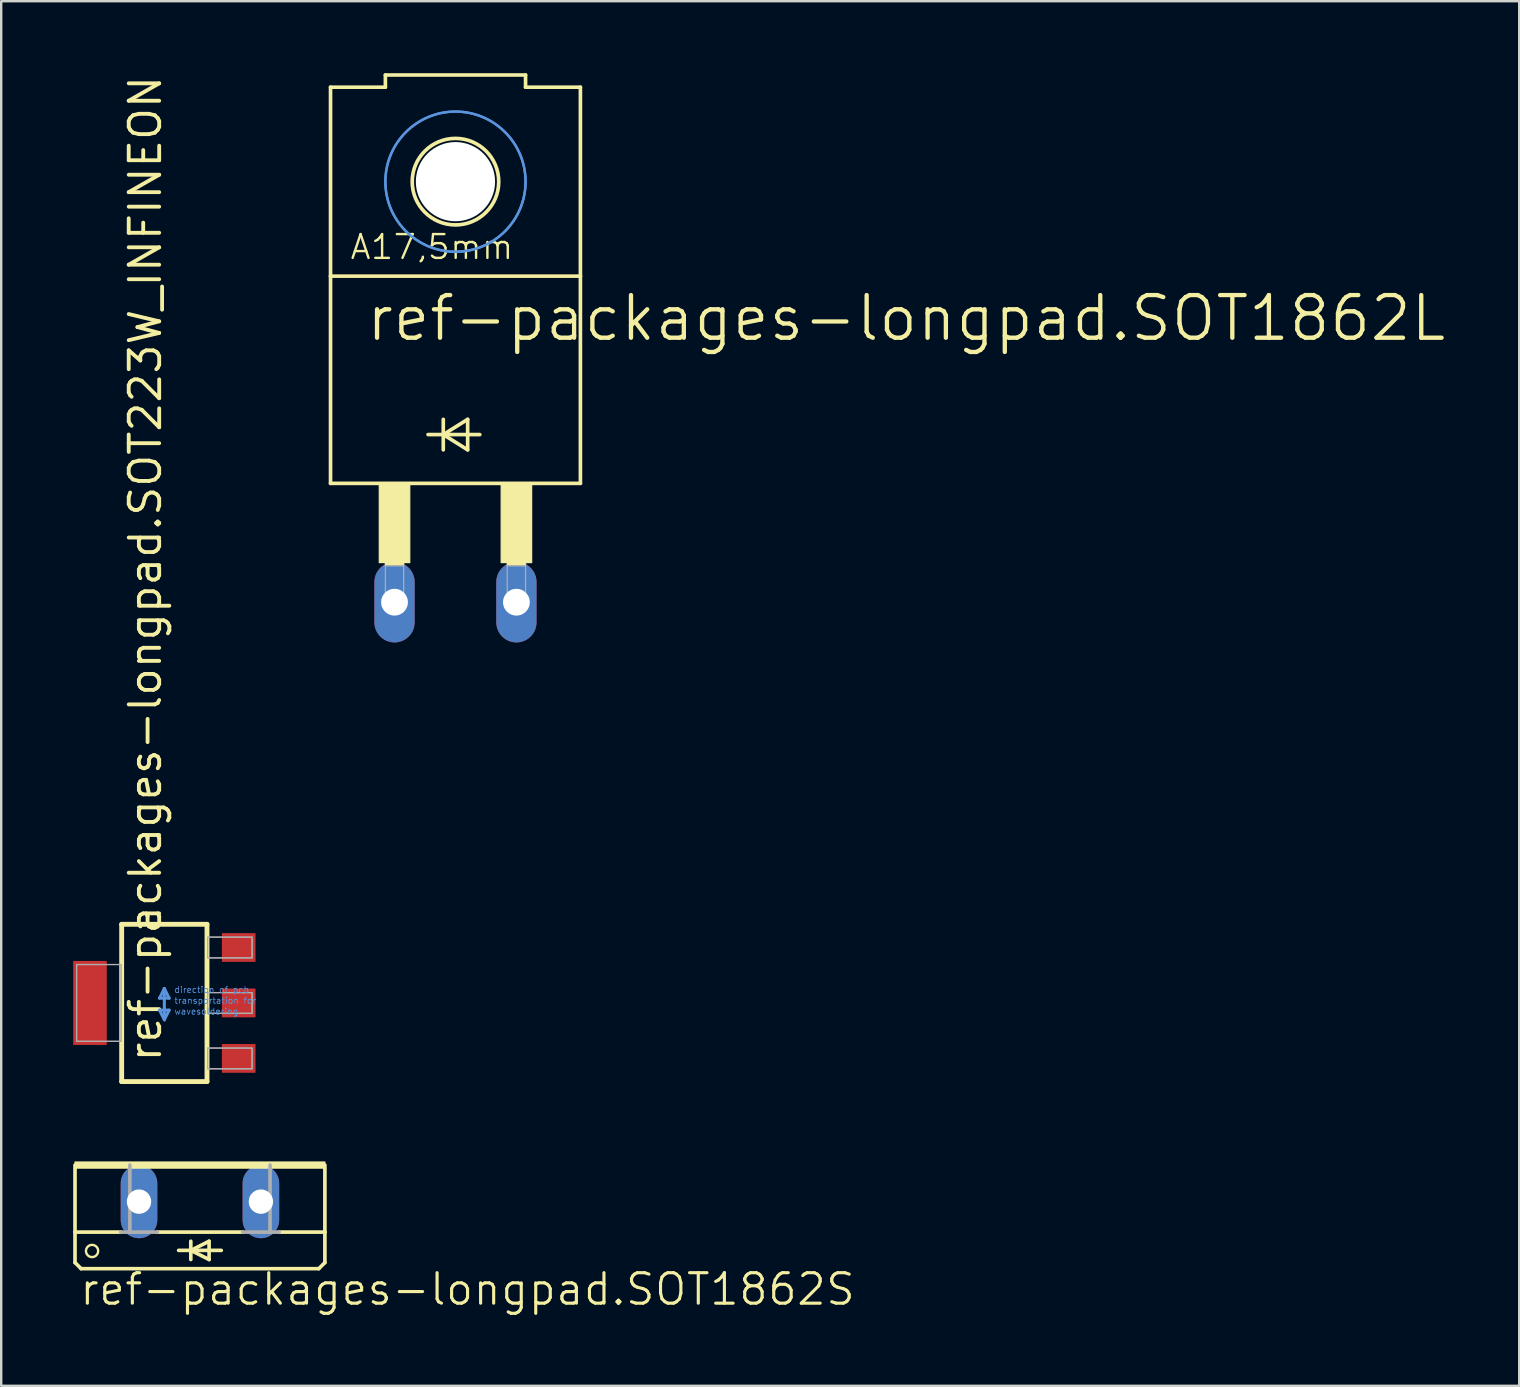
<source format=kicad_pcb>
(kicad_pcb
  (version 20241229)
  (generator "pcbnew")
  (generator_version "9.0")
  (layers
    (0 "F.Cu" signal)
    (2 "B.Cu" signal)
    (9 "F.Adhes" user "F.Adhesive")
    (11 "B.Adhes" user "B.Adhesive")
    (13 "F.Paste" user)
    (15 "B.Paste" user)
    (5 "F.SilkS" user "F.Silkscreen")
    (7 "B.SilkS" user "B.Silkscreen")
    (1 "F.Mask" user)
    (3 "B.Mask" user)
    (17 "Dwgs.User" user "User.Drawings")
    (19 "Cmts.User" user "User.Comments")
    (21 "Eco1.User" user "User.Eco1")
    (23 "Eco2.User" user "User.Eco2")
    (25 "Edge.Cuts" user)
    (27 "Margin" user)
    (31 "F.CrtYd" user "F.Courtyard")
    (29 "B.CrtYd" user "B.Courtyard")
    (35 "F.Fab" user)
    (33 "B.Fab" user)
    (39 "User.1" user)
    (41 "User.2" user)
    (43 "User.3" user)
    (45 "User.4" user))
  (footprint "ref-packages-longpad.SOT1862S"
    (layer "F.Cu")
    (at 5.283 45.378)
    (property "Reference" "ref-packages-longpad.SOT1862S" (at -5.08 6.045 0) (layer "F.SilkS") (effects (font (size 1.27 1.27) (thickness 0.13)) (justify left bottom)))
    (attr through_hole)
    (fp_line (start -5.207 2.921) (end -5.207 0.127) (stroke (width 0.152) (type default)) (layer "F.SilkS"))
    (fp_line (start -5.207 2.921) (end -3.302 2.921) (stroke (width 0.152) (type default)) (layer "F.SilkS"))
    (fp_line (start -5.207 4.191) (end -5.207 2.921) (stroke (width 0.152) (type default)) (layer "F.SilkS"))
    (fp_line (start -5.207 4.191) (end -4.953 4.445) (stroke (width 0.152) (type default)) (layer "F.SilkS"))
    (fp_line (start -1.778 2.921) (end 1.778 2.921) (stroke (width 0.152) (type default)) (layer "F.SilkS"))
    (fp_line (start -0.889 3.683) (end -0.381 3.683) (stroke (width 0.152) (type default)) (layer "F.SilkS"))
    (fp_line (start -0.381 3.302) (end -0.381 3.683) (stroke (width 0.152) (type default)) (layer "F.SilkS"))
    (fp_line (start -0.381 3.683) (end -0.381 4.064) (stroke (width 0.152) (type default)) (layer "F.SilkS"))
    (fp_line (start -0.381 3.683) (end 0.381 3.302) (stroke (width 0.152) (type default)) (layer "F.SilkS"))
    (fp_line (start -0.381 3.683) (end 0.889 3.683) (stroke (width 0.152) (type default)) (layer "F.SilkS"))
    (fp_line (start 0.381 3.302) (end 0.381 4.064) (stroke (width 0.152) (type default)) (layer "F.SilkS"))
    (fp_line (start 0.381 4.064) (end -0.381 3.683) (stroke (width 0.152) (type default)) (layer "F.SilkS"))
    (fp_line (start 4.953 4.445) (end -4.953 4.445) (stroke (width 0.152) (type default)) (layer "F.SilkS"))
    (fp_line (start 4.953 4.445) (end 5.207 4.191) (stroke (width 0.152) (type default)) (layer "F.SilkS"))
    (fp_line (start 5.207 2.921) (end 3.302 2.921) (stroke (width 0.152) (type default)) (layer "F.SilkS"))
    (fp_line (start 5.207 2.921) (end 5.207 0.127) (stroke (width 0.152) (type default)) (layer "F.SilkS"))
    (fp_line (start 5.207 4.191) (end 5.207 2.921) (stroke (width 0.152) (type default)) (layer "F.SilkS"))
    (fp_rect (start -5.207 0.254) (end 5.207 0) (stroke (width 0.05) (type default)) (fill yes) (layer "F.SilkS"))
    (fp_circle (center -4.496 3.708) (end -4.242 3.708) (stroke (width 0.1) (type default)) (fill no) (layer "F.SilkS"))
    (fp_line (start -3.302 2.921) (end -2.921 2.921) (stroke (width 0.152) (type default)) (layer "F.Fab"))
    (fp_line (start -2.921 2.921) (end -2.921 0.127) (stroke (width 0.152) (type default)) (layer "F.Fab"))
    (fp_line (start -2.921 2.921) (end -1.778 2.921) (stroke (width 0.152) (type default)) (layer "F.Fab"))
    (fp_line (start 2.921 2.921) (end 1.778 2.921) (stroke (width 0.152) (type default)) (layer "F.Fab"))
    (fp_line (start 2.921 2.921) (end 2.921 0.127) (stroke (width 0.152) (type default)) (layer "F.Fab"))
    (fp_line (start 3.302 2.921) (end 2.921 2.921) (stroke (width 0.152) (type default)) (layer "F.Fab"))
    (pad "A" thru_hole oval (at 2.54 1.651 90) (size 3.048 1.524) (drill 1.016) (layers "*.Cu" "*.Mask"))
    (pad "C" thru_hole oval (at -2.54 1.651 90) (size 3.048 1.524) (drill 1.016) (layers "*.Cu" "*.Mask")))
  (footprint "ref-packages-longpad.SOT223W_INFINEON"
    (layer "F.Cu")
    (at 3.799 38.749)
    (property "Reference" "ref-packages-longpad.SOT223W_INFINEON" (at -0.051 2.54 90) (layer "F.SilkS") (effects (font (size 1.27 1.27) (thickness 0.16)) (justify left bottom)))
    (attr smd)
    (fp_line (start -1.778 -3.277) (end 1.778 -3.277) (stroke (width 0.203) (type default)) (layer "F.SilkS"))
    (fp_line (start -1.778 3.277) (end -1.778 -3.277) (stroke (width 0.203) (type default)) (layer "F.SilkS"))
    (fp_line (start 1.778 -3.277) (end 1.778 3.277) (stroke (width 0.203) (type default)) (layer "F.SilkS"))
    (fp_line (start 1.778 3.277) (end -1.778 3.277) (stroke (width 0.203) (type default)) (layer "F.SilkS"))
    (fp_line (start -0.2 -0.2) (end 0.2 -0.2) (stroke (width 0.127) (type default)) (layer "Cmts.User"))
    (fp_line (start -0.2 0.3) (end 0 0.7) (stroke (width 0.127) (type default)) (layer "Cmts.User"))
    (fp_line (start 0 -0.6) (end -0.2 -0.2) (stroke (width 0.127) (type default)) (layer "Cmts.User"))
    (fp_line (start 0 0.7) (end 0 -0.6) (stroke (width 0.127) (type default)) (layer "Cmts.User"))
    (fp_line (start 0 0.7) (end 0.2 0.3) (stroke (width 0.127) (type default)) (layer "Cmts.User"))
    (fp_line (start 0.2 -0.2) (end 0 -0.6) (stroke (width 0.127) (type default)) (layer "Cmts.User"))
    (fp_line (start 0.2 0.3) (end -0.2 0.3) (stroke (width 0.127) (type default)) (layer "Cmts.User"))
    (fp_rect (start -3.658 1.6) (end -1.803 -1.6) (stroke (width 0.05) (type default)) (fill no) (layer "F.Fab"))
    (fp_rect (start -3.658 1.6) (end -1.803 -1.6) (stroke (width 0.05) (type default)) (fill no) (layer "F.Fab"))
    (fp_rect (start 1.803 -1.88) (end 3.658 -2.743) (stroke (width 0.05) (type default)) (fill no) (layer "F.Fab"))
    (fp_rect (start 1.803 -1.88) (end 3.658 -2.743) (stroke (width 0.05) (type default)) (fill no) (layer "F.Fab"))
    (fp_rect (start 1.803 0.432) (end 3.658 -0.432) (stroke (width 0.05) (type default)) (fill no) (layer "F.Fab"))
    (fp_rect (start 1.803 0.432) (end 3.658 -0.432) (stroke (width 0.05) (type default)) (fill no) (layer "F.Fab"))
    (fp_rect (start 1.803 2.743) (end 3.658 1.88) (stroke (width 0.05) (type default)) (fill no) (layer "F.Fab"))
    (fp_rect (start 1.803 2.743) (end 3.658 1.88) (stroke (width 0.05) (type default)) (fill no) (layer "F.Fab"))
    (fp_text user "direction of pcb" (at 0.4 -0.4 0) (layer "Cmts.User") (effects (font (size 0.254 0.254) (thickness 0.03)) (justify left bottom)))
    (fp_text user "transportation for" (at 0.4 0.05 0) (layer "Cmts.User") (effects (font (size 0.254 0.254) (thickness 0.03)) (justify left bottom)))
    (fp_text user "wavesoldering" (at 0.4 0.5 0) (layer "Cmts.User") (effects (font (size 0.254 0.254) (thickness 0.03)) (justify left bottom)))
    (pad "1" smd roundrect (at 3.099 2.311) (size 1.4 1.2) (layers "F.Cu" "F.Mask" "F.Paste") (roundrect_rratio 0.01))
    (pad "2" smd roundrect (at 3.099 0) (size 1.4 1.2) (layers "F.Cu" "F.Mask" "F.Paste") (roundrect_rratio 0.01))
    (pad "3" smd roundrect (at 3.099 -2.311) (size 1.4 1.2) (layers "F.Cu" "F.Mask" "F.Paste") (roundrect_rratio 0.01))
    (pad "4" smd roundrect (at -3.099 0) (size 1.4 3.5) (layers "F.Cu" "F.Mask" "F.Paste") (roundrect_rratio 0.01)))
  (footprint "ref-packages-longpad.SOT1862L"
    (layer "F.Cu")
    (at 15.932 15.697)
    (property "Reference" "ref-packages-longpad.SOT1862L" (at -3.81 -4.445 0) (layer "F.SilkS") (effects (font (size 1.778 1.778) (thickness 0.18)) (justify left bottom)))
    (attr through_hole)
    (fp_line (start -5.207 -15.113) (end -2.921 -15.113) (stroke (width 0.152) (type default)) (layer "F.SilkS"))
    (fp_line (start -5.207 -7.239) (end -5.207 -15.113) (stroke (width 0.152) (type default)) (layer "F.SilkS"))
    (fp_line (start -5.207 -7.239) (end 5.207 -7.239) (stroke (width 0.152) (type default)) (layer "F.SilkS"))
    (fp_line (start -5.207 1.397) (end -5.207 -7.239) (stroke (width 0.152) (type default)) (layer "F.SilkS"))
    (fp_line (start -5.207 1.397) (end 5.207 1.397) (stroke (width 0.152) (type default)) (layer "F.SilkS"))
    (fp_line (start -2.921 -15.621) (end -2.921 -15.113) (stroke (width 0.152) (type default)) (layer "F.SilkS"))
    (fp_line (start -2.921 -15.621) (end 2.921 -15.621) (stroke (width 0.152) (type default)) (layer "F.SilkS"))
    (fp_line (start -1.143 -0.635) (end -0.508 -0.635) (stroke (width 0.152) (type default)) (layer "F.SilkS"))
    (fp_line (start -0.508 -1.27) (end -0.508 -0.635) (stroke (width 0.152) (type default)) (layer "F.SilkS"))
    (fp_line (start -0.508 -0.635) (end -0.508 0) (stroke (width 0.152) (type default)) (layer "F.SilkS"))
    (fp_line (start -0.508 -0.635) (end 0.508 -1.27) (stroke (width 0.152) (type default)) (layer "F.SilkS"))
    (fp_line (start -0.508 -0.635) (end 1.016 -0.635) (stroke (width 0.152) (type default)) (layer "F.SilkS"))
    (fp_line (start 0.508 -1.27) (end 0.508 0) (stroke (width 0.152) (type default)) (layer "F.SilkS"))
    (fp_line (start 0.508 0) (end -0.508 -0.635) (stroke (width 0.152) (type default)) (layer "F.SilkS"))
    (fp_line (start 2.921 -15.621) (end 2.921 -15.113) (stroke (width 0.152) (type default)) (layer "F.SilkS"))
    (fp_line (start 5.207 -15.113) (end 2.921 -15.113) (stroke (width 0.152) (type default)) (layer "F.SilkS"))
    (fp_line (start 5.207 -7.239) (end 5.207 -15.113) (stroke (width 0.152) (type default)) (layer "F.SilkS"))
    (fp_line (start 5.207 1.397) (end 5.207 -7.239) (stroke (width 0.152) (type default)) (layer "F.SilkS"))
    (fp_rect (start -3.175 4.699) (end -1.905 1.397) (stroke (width 0.05) (type default)) (fill yes) (layer "F.SilkS"))
    (fp_rect (start -2.921 4.826) (end -2.159 4.699) (stroke (width 0.05) (type default)) (fill yes) (layer "F.SilkS"))
    (fp_rect (start 1.905 4.699) (end 3.175 1.397) (stroke (width 0.05) (type default)) (fill yes) (layer "F.SilkS"))
    (fp_rect (start 2.159 4.826) (end 2.921 4.699) (stroke (width 0.05) (type default)) (fill yes) (layer "F.SilkS"))
    (fp_circle (center 0 -11.176) (end 1.803 -11.176) (stroke (width 0.152) (type default)) (fill no) (layer "F.SilkS"))
    (fp_circle (center 0 -11.176) (end 2.921 -11.176) (stroke (width 0.1) (type default)) (fill no) (layer "Cmts.User"))
    (fp_circle (center 0 -11.176) (end 2.921 -11.176) (stroke (width 0.1) (type default)) (fill no) (layer "Cmts.User"))
    (fp_rect (start -2.921 6.477) (end -2.159 4.826) (stroke (width 0.05) (type default)) (fill no) (layer "F.Fab"))
    (fp_rect (start 2.159 6.477) (end 2.921 4.826) (stroke (width 0.05) (type default)) (fill no) (layer "F.Fab"))
    (fp_text user "A17,5mm" (at -4.445 -7.874 0) (layer "F.SilkS") (effects (font (size 0.991 0.991) (thickness 0.1)) (justify left bottom)))
    (pad "" np_thru_hole circle (at 0 -11.176) (size 3.302 3.302) (drill 3.302) (layers "*.Cu" "*.Mask"))
    (pad "A" thru_hole oval (at 2.54 6.35 90) (size 3.353 1.676) (drill 1.118) (layers "*.Cu" "*.Mask"))
    (pad "C" thru_hole oval (at -2.54 6.35 90) (size 3.353 1.676) (drill 1.118) (layers "*.Cu" "*.Mask")))
  (gr_rect
    (start -3 -3)
    (end 60.265 54.705)
    (stroke (width 0.1) (type default))
    (fill no)
    (layer "Edge.Cuts")))
</source>
